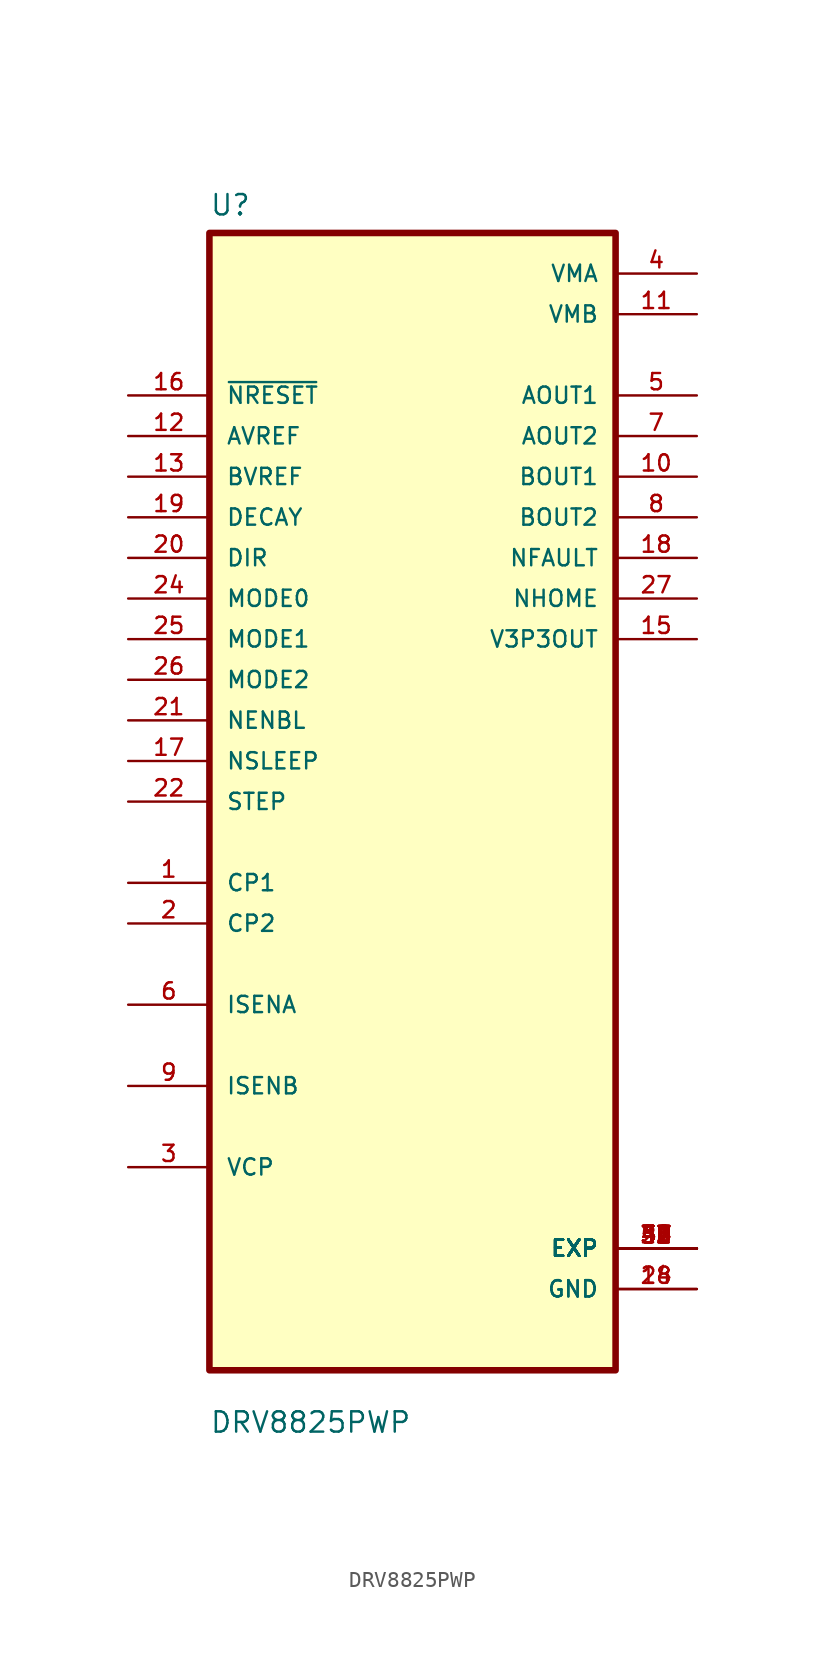
<source format=kicad_sym>
(kicad_symbol_lib
  (version 20211014)
  (generator kicad_symbol_editor)
  (symbol "DRV8825PWP"
    (pin_names
      (offset 1.016))
    (property "Reference" "U"
      (at -12.7 36.56 0.0)
      (effects (font (size 1.27 1.27)) (justify bottom left)))
    (property "Value" "DRV8825PWP"
      (at -12.7 -39.56 0.0)
      (effects (font (size 1.27 1.27)) (justify bottom left)))
    (symbol "DRV8825PWP_0_0"
      (rectangle (start -12.7 -35.56) (end 12.7 35.56) (stroke (width 0.41)) (fill (type background)))
      (pin input line (at -17.78 25.4 0) (length 5.08) (name "~{NRESET}" (effects (font (size 1.016 1.016)))) (number "16" (effects (font (size 1.016 1.016)))))
      (pin input line (at -17.78 22.86 0) (length 5.08) (name "AVREF" (effects (font (size 1.016 1.016)))) (number "12" (effects (font (size 1.016 1.016)))))
      (pin input line (at -17.78 20.32 0) (length 5.08) (name "BVREF" (effects (font (size 1.016 1.016)))) (number "13" (effects (font (size 1.016 1.016)))))
      (pin input line (at -17.78 17.78 0) (length 5.08) (name "DECAY" (effects (font (size 1.016 1.016)))) (number "19" (effects (font (size 1.016 1.016)))))
      (pin input line (at -17.78 15.24 0) (length 5.08) (name "DIR" (effects (font (size 1.016 1.016)))) (number "20" (effects (font (size 1.016 1.016)))))
      (pin input line (at -17.78 12.7 0) (length 5.08) (name "MODE0" (effects (font (size 1.016 1.016)))) (number "24" (effects (font (size 1.016 1.016)))))
      (pin input line (at -17.78 10.16 0) (length 5.08) (name "MODE1" (effects (font (size 1.016 1.016)))) (number "25" (effects (font (size 1.016 1.016)))))
      (pin input line (at -17.78 7.62 0) (length 5.08) (name "MODE2" (effects (font (size 1.016 1.016)))) (number "26" (effects (font (size 1.016 1.016)))))
      (pin input line (at -17.78 5.08 0) (length 5.08) (name "NENBL" (effects (font (size 1.016 1.016)))) (number "21" (effects (font (size 1.016 1.016)))))
      (pin input line (at -17.78 2.54 0) (length 5.08) (name "NSLEEP" (effects (font (size 1.016 1.016)))) (number "17" (effects (font (size 1.016 1.016)))))
      (pin input line (at -17.78 0.0 0) (length 5.08) (name "STEP" (effects (font (size 1.016 1.016)))) (number "22" (effects (font (size 1.016 1.016)))))
      (pin bidirectional line (at -17.78 -5.08 0) (length 5.08) (name "CP1" (effects (font (size 1.016 1.016)))) (number "1" (effects (font (size 1.016 1.016)))))
      (pin bidirectional line (at -17.78 -7.62 0) (length 5.08) (name "CP2" (effects (font (size 1.016 1.016)))) (number "2" (effects (font (size 1.016 1.016)))))
      (pin bidirectional line (at -17.78 -12.7 0) (length 5.08) (name "ISENA" (effects (font (size 1.016 1.016)))) (number "6" (effects (font (size 1.016 1.016)))))
      (pin bidirectional line (at -17.78 -17.78 0) (length 5.08) (name "ISENB" (effects (font (size 1.016 1.016)))) (number "9" (effects (font (size 1.016 1.016)))))
      (pin bidirectional line (at -17.78 -22.86 0) (length 5.08) (name "VCP" (effects (font (size 1.016 1.016)))) (number "3" (effects (font (size 1.016 1.016)))))
      (pin power_in line (at 17.78 33.02 180.0) (length 5.08) (name "VMA" (effects (font (size 1.016 1.016)))) (number "4" (effects (font (size 1.016 1.016)))))
      (pin power_in line (at 17.78 30.48 180.0) (length 5.08) (name "VMB" (effects (font (size 1.016 1.016)))) (number "11" (effects (font (size 1.016 1.016)))))
      (pin output line (at 17.78 25.4 180.0) (length 5.08) (name "AOUT1" (effects (font (size 1.016 1.016)))) (number "5" (effects (font (size 1.016 1.016)))))
      (pin output line (at 17.78 22.86 180.0) (length 5.08) (name "AOUT2" (effects (font (size 1.016 1.016)))) (number "7" (effects (font (size 1.016 1.016)))))
      (pin output line (at 17.78 20.32 180.0) (length 5.08) (name "BOUT1" (effects (font (size 1.016 1.016)))) (number "10" (effects (font (size 1.016 1.016)))))
      (pin output line (at 17.78 17.78 180.0) (length 5.08) (name "BOUT2" (effects (font (size 1.016 1.016)))) (number "8" (effects (font (size 1.016 1.016)))))
      (pin output line (at 17.78 15.24 180.0) (length 5.08) (name "NFAULT" (effects (font (size 1.016 1.016)))) (number "18" (effects (font (size 1.016 1.016)))))
      (pin output line (at 17.78 12.7 180.0) (length 5.08) (name "NHOME" (effects (font (size 1.016 1.016)))) (number "27" (effects (font (size 1.016 1.016)))))
      (pin output line (at 17.78 10.16 180.0) (length 5.08) (name "V3P3OUT" (effects (font (size 1.016 1.016)))) (number "15" (effects (font (size 1.016 1.016)))))
      (pin power_in line (at 17.78 -27.94 180.0) (length 5.08) (name "EXP" (effects (font (size 1.016 1.016)))) (number "29" (effects (font (size 1.016 1.016)))))
      (pin power_in line (at 17.78 -27.94 180.0) (length 5.08) (name "EXP" (effects (font (size 1.016 1.016)))) (number "30" (effects (font (size 1.016 1.016)))))
      (pin power_in line (at 17.78 -27.94 180.0) (length 5.08) (name "EXP" (effects (font (size 1.016 1.016)))) (number "31" (effects (font (size 1.016 1.016)))))
      (pin power_in line (at 17.78 -27.94 180.0) (length 5.08) (name "EXP" (effects (font (size 1.016 1.016)))) (number "32" (effects (font (size 1.016 1.016)))))
      (pin power_in line (at 17.78 -27.94 180.0) (length 5.08) (name "EXP" (effects (font (size 1.016 1.016)))) (number "33" (effects (font (size 1.016 1.016)))))
      (pin power_in line (at 17.78 -27.94 180.0) (length 5.08) (name "EXP" (effects (font (size 1.016 1.016)))) (number "34" (effects (font (size 1.016 1.016)))))
      (pin power_in line (at 17.78 -27.94 180.0) (length 5.08) (name "EXP" (effects (font (size 1.016 1.016)))) (number "35" (effects (font (size 1.016 1.016)))))
      (pin power_in line (at 17.78 -27.94 180.0) (length 5.08) (name "EXP" (effects (font (size 1.016 1.016)))) (number "36" (effects (font (size 1.016 1.016)))))
      (pin power_in line (at 17.78 -27.94 180.0) (length 5.08) (name "EXP" (effects (font (size 1.016 1.016)))) (number "37" (effects (font (size 1.016 1.016)))))
      (pin power_in line (at 17.78 -27.94 180.0) (length 5.08) (name "EXP" (effects (font (size 1.016 1.016)))) (number "38" (effects (font (size 1.016 1.016)))))
      (pin power_in line (at 17.78 -27.94 180.0) (length 5.08) (name "EXP" (effects (font (size 1.016 1.016)))) (number "39" (effects (font (size 1.016 1.016)))))
      (pin power_in line (at 17.78 -27.94 180.0) (length 5.08) (name "EXP" (effects (font (size 1.016 1.016)))) (number "40" (effects (font (size 1.016 1.016)))))
      (pin power_in line (at 17.78 -27.94 180.0) (length 5.08) (name "EXP" (effects (font (size 1.016 1.016)))) (number "41" (effects (font (size 1.016 1.016)))))
      (pin power_in line (at 17.78 -27.94 180.0) (length 5.08) (name "EXP" (effects (font (size 1.016 1.016)))) (number "42" (effects (font (size 1.016 1.016)))))
      (pin power_in line (at 17.78 -27.94 180.0) (length 5.08) (name "EXP" (effects (font (size 1.016 1.016)))) (number "43" (effects (font (size 1.016 1.016)))))
      (pin power_in line (at 17.78 -27.94 180.0) (length 5.08) (name "EXP" (effects (font (size 1.016 1.016)))) (number "44" (effects (font (size 1.016 1.016)))))
      (pin power_in line (at 17.78 -27.94 180.0) (length 5.08) (name "EXP" (effects (font (size 1.016 1.016)))) (number "45" (effects (font (size 1.016 1.016)))))
      (pin power_in line (at 17.78 -27.94 180.0) (length 5.08) (name "EXP" (effects (font (size 1.016 1.016)))) (number "46" (effects (font (size 1.016 1.016)))))
      (pin power_in line (at 17.78 -27.94 180.0) (length 5.08) (name "EXP" (effects (font (size 1.016 1.016)))) (number "47" (effects (font (size 1.016 1.016)))))
      (pin power_in line (at 17.78 -27.94 180.0) (length 5.08) (name "EXP" (effects (font (size 1.016 1.016)))) (number "48" (effects (font (size 1.016 1.016)))))
      (pin power_in line (at 17.78 -27.94 180.0) (length 5.08) (name "EXP" (effects (font (size 1.016 1.016)))) (number "49" (effects (font (size 1.016 1.016)))))
      (pin power_in line (at 17.78 -27.94 180.0) (length 5.08) (name "EXP" (effects (font (size 1.016 1.016)))) (number "50" (effects (font (size 1.016 1.016)))))
      (pin power_in line (at 17.78 -30.48 180.0) (length 5.08) (name "GND" (effects (font (size 1.016 1.016)))) (number "14" (effects (font (size 1.016 1.016)))))
      (pin power_in line (at 17.78 -30.48 180.0) (length 5.08) (name "GND" (effects (font (size 1.016 1.016)))) (number "28" (effects (font (size 1.016 1.016))))))))
</source>
